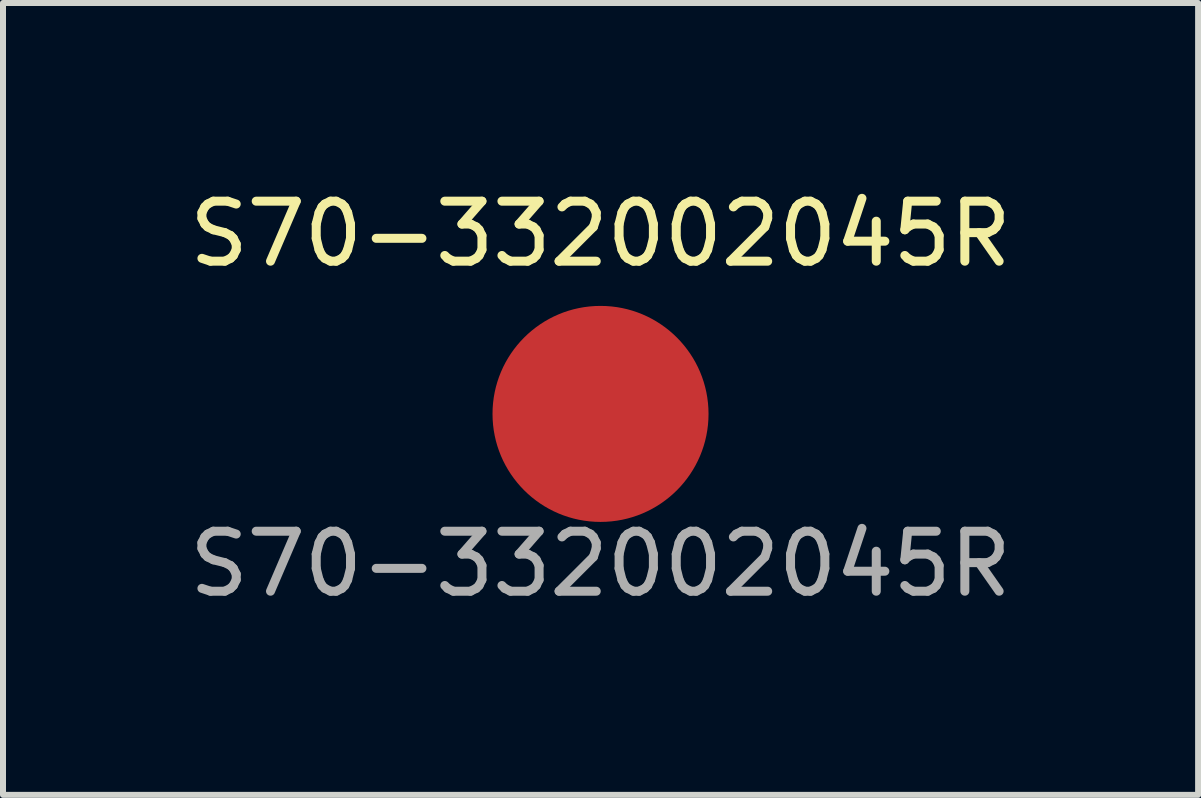
<source format=kicad_pcb>
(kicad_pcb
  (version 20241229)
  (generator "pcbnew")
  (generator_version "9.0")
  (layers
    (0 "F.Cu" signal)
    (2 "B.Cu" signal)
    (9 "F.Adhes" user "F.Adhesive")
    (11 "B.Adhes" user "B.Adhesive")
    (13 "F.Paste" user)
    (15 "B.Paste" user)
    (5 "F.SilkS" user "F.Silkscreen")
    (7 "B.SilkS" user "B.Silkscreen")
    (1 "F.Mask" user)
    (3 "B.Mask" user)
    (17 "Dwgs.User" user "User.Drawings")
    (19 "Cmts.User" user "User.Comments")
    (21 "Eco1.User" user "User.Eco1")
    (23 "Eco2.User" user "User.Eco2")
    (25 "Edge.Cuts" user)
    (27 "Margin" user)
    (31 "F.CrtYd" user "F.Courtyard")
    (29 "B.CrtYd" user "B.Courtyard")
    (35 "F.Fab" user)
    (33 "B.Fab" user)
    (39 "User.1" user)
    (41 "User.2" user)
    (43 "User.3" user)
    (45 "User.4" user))
  (footprint "S70-332002045R"
    (layer "F.Cu")
    (at 6.958 3.848)
    (property "Reference" "S70-332002045R" (at 0 -3 0) (unlocked yes) (layer "F.SilkS") (effects (font (size 1 1) (thickness 0.15))))
    (attr smd)
    (fp_text user "${REFERENCE}" (at 0 2.5 0) (unlocked yes) (layer "F.Fab") (effects (font (size 1 1) (thickness 0.15))))
    (pad "1" smd circle (at 0 0) (size 3.6 3.6) (layers "F.Cu" "F.Mask" "F.Paste")))
  (gr_rect
    (start -3 -3)
    (end 16.917 10.197)
    (stroke (width 0.1) (type default))
    (fill no)
    (layer "Edge.Cuts")))
</source>
